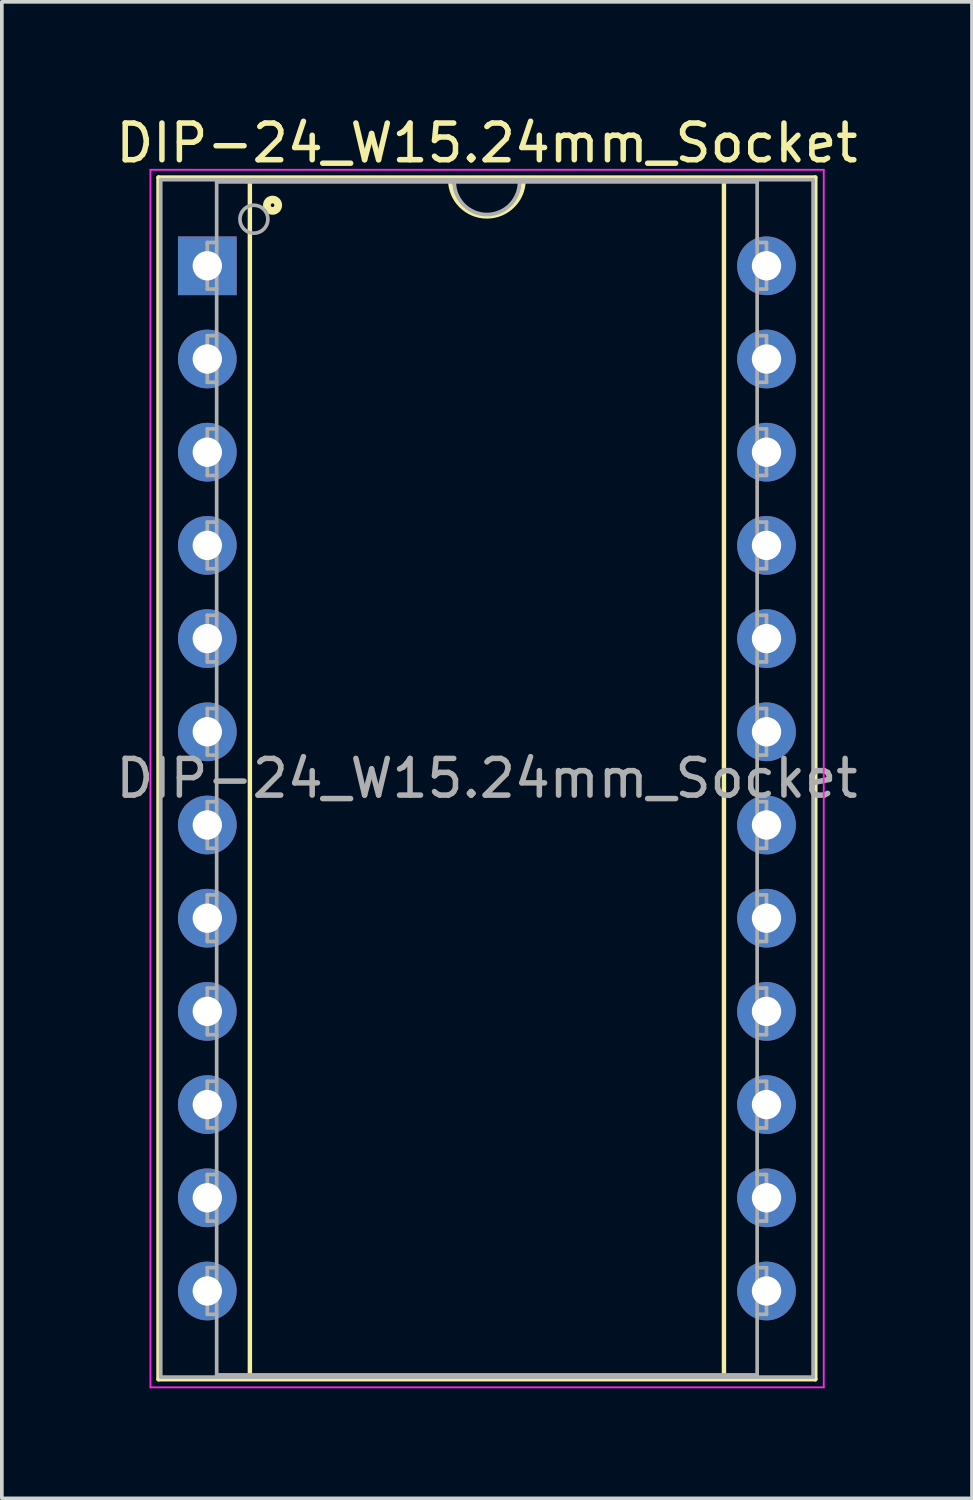
<source format=kicad_pcb>
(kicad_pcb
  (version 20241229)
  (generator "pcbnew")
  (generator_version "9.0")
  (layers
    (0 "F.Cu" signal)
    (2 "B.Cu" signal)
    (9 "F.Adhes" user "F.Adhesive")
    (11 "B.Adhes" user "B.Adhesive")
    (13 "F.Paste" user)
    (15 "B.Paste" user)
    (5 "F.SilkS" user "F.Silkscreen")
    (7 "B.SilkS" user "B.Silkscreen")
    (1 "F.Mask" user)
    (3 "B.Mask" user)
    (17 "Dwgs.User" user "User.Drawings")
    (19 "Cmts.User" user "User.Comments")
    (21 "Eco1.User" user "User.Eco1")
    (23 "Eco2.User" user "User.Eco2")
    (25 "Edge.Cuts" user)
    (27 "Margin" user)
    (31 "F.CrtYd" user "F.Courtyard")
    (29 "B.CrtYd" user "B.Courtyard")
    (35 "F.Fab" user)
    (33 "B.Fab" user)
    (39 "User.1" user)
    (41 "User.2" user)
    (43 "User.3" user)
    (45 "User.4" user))
  (footprint "DIP-24_W15.24mm_Socket"
    (layer "F.Cu")
    (at 2.6 4.194)
    (property "Reference" "DIP-24_W15.24mm_Socket" (at 7.62 -3.346 0) (layer "F.SilkS") (effects (font (size 1 1) (thickness 0.15))))
    (attr through_hole)
    (fp_line (start -1.33 -2.406) (end -1.33 30.346) (stroke (width 0.12) (type solid)) (layer "F.SilkS"))
    (fp_line (start -1.33 30.346) (end 16.57 30.346) (stroke (width 0.12) (type solid)) (layer "F.SilkS"))
    (fp_line (start 1.16 -2.346) (end 1.16 30.286) (stroke (width 0.12) (type solid)) (layer "F.SilkS"))
    (fp_line (start 1.16 30.286) (end 14.08 30.286) (stroke (width 0.12) (type solid)) (layer "F.SilkS"))
    (fp_line (start 6.62 -2.346) (end 1.16 -2.346) (stroke (width 0.12) (type solid)) (layer "F.SilkS"))
    (fp_line (start 14.08 -2.346) (end 8.62 -2.346) (stroke (width 0.12) (type solid)) (layer "F.SilkS"))
    (fp_line (start 14.08 30.286) (end 14.08 -2.346) (stroke (width 0.12) (type solid)) (layer "F.SilkS"))
    (fp_line (start 16.57 -2.406) (end -1.33 -2.406) (stroke (width 0.12) (type solid)) (layer "F.SilkS"))
    (fp_line (start 16.57 30.346) (end 16.57 -2.406) (stroke (width 0.12) (type solid)) (layer "F.SilkS"))
    (fp_arc (start 8.62 -2.346) (mid 7.62 -1.346) (end 6.62 -2.346) (stroke (width 0.12) (type solid)) (layer "F.SilkS"))
    (fp_circle (center 1.778 -1.651) (end 1.828 -1.651) (stroke (width 0.12) (type solid)) (fill no) (layer "F.SilkS"))
    (fp_circle (center 1.778 -1.651) (end 1.903 -1.651) (stroke (width 0.12) (type solid)) (fill no) (layer "F.SilkS"))
    (fp_circle (center 1.778 -1.651) (end 1.978 -1.651) (stroke (width 0.12) (type solid)) (fill no) (layer "F.SilkS"))
    (fp_line (start -1.55 -2.616) (end -1.55 30.566) (stroke (width 0.05) (type solid)) (layer "F.CrtYd"))
    (fp_line (start -1.55 30.566) (end 16.8 30.566) (stroke (width 0.05) (type solid)) (layer "F.CrtYd"))
    (fp_line (start 16.8 -2.616) (end -1.55 -2.616) (stroke (width 0.05) (type solid)) (layer "F.CrtYd"))
    (fp_line (start 16.8 30.566) (end 16.8 -2.616) (stroke (width 0.05) (type solid)) (layer "F.CrtYd"))
    (fp_line (start -1.27 -2.346) (end -1.27 30.286) (stroke (width 0.1) (type solid)) (layer "F.Fab"))
    (fp_line (start -1.27 30.286) (end 16.51 30.286) (stroke (width 0.1) (type solid)) (layer "F.Fab"))
    (fp_line (start 0 -0.635) (end 0 0.635) (stroke (width 0.1) (type solid)) (layer "F.Fab"))
    (fp_line (start 0 -0.635) (end 0.254 -0.635) (stroke (width 0.1) (type solid)) (layer "F.Fab"))
    (fp_line (start 0 0.635) (end 0.254 0.635) (stroke (width 0.1) (type solid)) (layer "F.Fab"))
    (fp_line (start 0 1.905) (end 0 3.175) (stroke (width 0.1) (type solid)) (layer "F.Fab"))
    (fp_line (start 0 1.905) (end 0.254 1.905) (stroke (width 0.1) (type solid)) (layer "F.Fab"))
    (fp_line (start 0 3.175) (end 0.254 3.175) (stroke (width 0.1) (type solid)) (layer "F.Fab"))
    (fp_line (start 0 4.445) (end 0 5.715) (stroke (width 0.1) (type solid)) (layer "F.Fab"))
    (fp_line (start 0 4.445) (end 0.254 4.445) (stroke (width 0.1) (type solid)) (layer "F.Fab"))
    (fp_line (start 0 5.715) (end 0.254 5.715) (stroke (width 0.1) (type solid)) (layer "F.Fab"))
    (fp_line (start 0 6.985) (end 0 8.255) (stroke (width 0.1) (type solid)) (layer "F.Fab"))
    (fp_line (start 0 6.985) (end 0.254 6.985) (stroke (width 0.1) (type solid)) (layer "F.Fab"))
    (fp_line (start 0 8.255) (end 0.254 8.255) (stroke (width 0.1) (type solid)) (layer "F.Fab"))
    (fp_line (start 0 9.525) (end 0 10.795) (stroke (width 0.1) (type solid)) (layer "F.Fab"))
    (fp_line (start 0 9.525) (end 0.254 9.525) (stroke (width 0.1) (type solid)) (layer "F.Fab"))
    (fp_line (start 0 10.795) (end 0.254 10.795) (stroke (width 0.1) (type solid)) (layer "F.Fab"))
    (fp_line (start 0 12.065) (end 0 13.335) (stroke (width 0.1) (type solid)) (layer "F.Fab"))
    (fp_line (start 0 12.065) (end 0.254 12.065) (stroke (width 0.1) (type solid)) (layer "F.Fab"))
    (fp_line (start 0 13.335) (end 0.254 13.335) (stroke (width 0.1) (type solid)) (layer "F.Fab"))
    (fp_line (start 0 14.605) (end 0 15.875) (stroke (width 0.1) (type solid)) (layer "F.Fab"))
    (fp_line (start 0 14.605) (end 0.254 14.605) (stroke (width 0.1) (type solid)) (layer "F.Fab"))
    (fp_line (start 0 15.875) (end 0.254 15.875) (stroke (width 0.1) (type solid)) (layer "F.Fab"))
    (fp_line (start 0 17.145) (end 0 18.415) (stroke (width 0.1) (type solid)) (layer "F.Fab"))
    (fp_line (start 0 17.145) (end 0.254 17.145) (stroke (width 0.1) (type solid)) (layer "F.Fab"))
    (fp_line (start 0 18.415) (end 0.254 18.415) (stroke (width 0.1) (type solid)) (layer "F.Fab"))
    (fp_line (start 0 19.685) (end 0 20.955) (stroke (width 0.1) (type solid)) (layer "F.Fab"))
    (fp_line (start 0 19.685) (end 0.254 19.685) (stroke (width 0.1) (type solid)) (layer "F.Fab"))
    (fp_line (start 0 20.955) (end 0.254 20.955) (stroke (width 0.1) (type solid)) (layer "F.Fab"))
    (fp_line (start 0 22.225) (end 0 23.495) (stroke (width 0.1) (type solid)) (layer "F.Fab"))
    (fp_line (start 0 22.225) (end 0.254 22.225) (stroke (width 0.1) (type solid)) (layer "F.Fab"))
    (fp_line (start 0 23.495) (end 0.254 23.495) (stroke (width 0.1) (type solid)) (layer "F.Fab"))
    (fp_line (start 0 24.765) (end 0 26.035) (stroke (width 0.1) (type solid)) (layer "F.Fab"))
    (fp_line (start 0 24.765) (end 0.254 24.765) (stroke (width 0.1) (type solid)) (layer "F.Fab"))
    (fp_line (start 0 26.035) (end 0.254 26.035) (stroke (width 0.1) (type solid)) (layer "F.Fab"))
    (fp_line (start 0 27.305) (end 0 28.575) (stroke (width 0.1) (type solid)) (layer "F.Fab"))
    (fp_line (start 0 27.305) (end 0.254 27.305) (stroke (width 0.1) (type solid)) (layer "F.Fab"))
    (fp_line (start 0 28.575) (end 0.254 28.575) (stroke (width 0.1) (type solid)) (layer "F.Fab"))
    (fp_line (start 0.255 -2.286) (end 14.985 -2.286) (stroke (width 0.1) (type solid)) (layer "F.Fab"))
    (fp_line (start 0.255 30.226) (end 0.255 -2.286) (stroke (width 0.1) (type solid)) (layer "F.Fab"))
    (fp_line (start 14.985 -2.286) (end 14.985 30.226) (stroke (width 0.1) (type solid)) (layer "F.Fab"))
    (fp_line (start 14.985 30.226) (end 0.255 30.226) (stroke (width 0.1) (type solid)) (layer "F.Fab"))
    (fp_line (start 15.24 -0.635) (end 14.986 -0.635) (stroke (width 0.1) (type solid)) (layer "F.Fab"))
    (fp_line (start 15.24 0.635) (end 14.986 0.635) (stroke (width 0.1) (type solid)) (layer "F.Fab"))
    (fp_line (start 15.24 0.635) (end 15.24 -0.635) (stroke (width 0.1) (type solid)) (layer "F.Fab"))
    (fp_line (start 15.24 1.905) (end 14.986 1.905) (stroke (width 0.1) (type solid)) (layer "F.Fab"))
    (fp_line (start 15.24 3.175) (end 14.986 3.175) (stroke (width 0.1) (type solid)) (layer "F.Fab"))
    (fp_line (start 15.24 3.175) (end 15.24 1.905) (stroke (width 0.1) (type solid)) (layer "F.Fab"))
    (fp_line (start 15.24 4.445) (end 14.986 4.445) (stroke (width 0.1) (type solid)) (layer "F.Fab"))
    (fp_line (start 15.24 5.715) (end 14.986 5.715) (stroke (width 0.1) (type solid)) (layer "F.Fab"))
    (fp_line (start 15.24 5.715) (end 15.24 4.445) (stroke (width 0.1) (type solid)) (layer "F.Fab"))
    (fp_line (start 15.24 6.985) (end 14.986 6.985) (stroke (width 0.1) (type solid)) (layer "F.Fab"))
    (fp_line (start 15.24 8.255) (end 14.986 8.255) (stroke (width 0.1) (type solid)) (layer "F.Fab"))
    (fp_line (start 15.24 8.255) (end 15.24 6.985) (stroke (width 0.1) (type solid)) (layer "F.Fab"))
    (fp_line (start 15.24 9.525) (end 14.986 9.525) (stroke (width 0.1) (type solid)) (layer "F.Fab"))
    (fp_line (start 15.24 10.795) (end 14.986 10.795) (stroke (width 0.1) (type solid)) (layer "F.Fab"))
    (fp_line (start 15.24 10.795) (end 15.24 9.525) (stroke (width 0.1) (type solid)) (layer "F.Fab"))
    (fp_line (start 15.24 12.065) (end 14.986 12.065) (stroke (width 0.1) (type solid)) (layer "F.Fab"))
    (fp_line (start 15.24 13.335) (end 14.986 13.335) (stroke (width 0.1) (type solid)) (layer "F.Fab"))
    (fp_line (start 15.24 13.335) (end 15.24 12.065) (stroke (width 0.1) (type solid)) (layer "F.Fab"))
    (fp_line (start 15.24 14.605) (end 14.986 14.605) (stroke (width 0.1) (type solid)) (layer "F.Fab"))
    (fp_line (start 15.24 15.875) (end 14.986 15.875) (stroke (width 0.1) (type solid)) (layer "F.Fab"))
    (fp_line (start 15.24 15.875) (end 15.24 14.605) (stroke (width 0.1) (type solid)) (layer "F.Fab"))
    (fp_line (start 15.24 17.145) (end 14.986 17.145) (stroke (width 0.1) (type solid)) (layer "F.Fab"))
    (fp_line (start 15.24 18.415) (end 14.986 18.415) (stroke (width 0.1) (type solid)) (layer "F.Fab"))
    (fp_line (start 15.24 18.415) (end 15.24 17.145) (stroke (width 0.1) (type solid)) (layer "F.Fab"))
    (fp_line (start 15.24 19.685) (end 14.986 19.685) (stroke (width 0.1) (type solid)) (layer "F.Fab"))
    (fp_line (start 15.24 20.955) (end 14.986 20.955) (stroke (width 0.1) (type solid)) (layer "F.Fab"))
    (fp_line (start 15.24 20.955) (end 15.24 19.685) (stroke (width 0.1) (type solid)) (layer "F.Fab"))
    (fp_line (start 15.24 22.225) (end 14.986 22.225) (stroke (width 0.1) (type solid)) (layer "F.Fab"))
    (fp_line (start 15.24 23.495) (end 14.986 23.495) (stroke (width 0.1) (type solid)) (layer "F.Fab"))
    (fp_line (start 15.24 23.495) (end 15.24 22.225) (stroke (width 0.1) (type solid)) (layer "F.Fab"))
    (fp_line (start 15.24 24.765) (end 14.986 24.765) (stroke (width 0.1) (type solid)) (layer "F.Fab"))
    (fp_line (start 15.24 26.035) (end 14.986 26.035) (stroke (width 0.1) (type solid)) (layer "F.Fab"))
    (fp_line (start 15.24 26.035) (end 15.24 24.765) (stroke (width 0.1) (type solid)) (layer "F.Fab"))
    (fp_line (start 15.24 27.305) (end 14.986 27.305) (stroke (width 0.1) (type solid)) (layer "F.Fab"))
    (fp_line (start 15.24 28.575) (end 14.986 28.575) (stroke (width 0.1) (type solid)) (layer "F.Fab"))
    (fp_line (start 15.24 28.575) (end 15.24 27.305) (stroke (width 0.1) (type solid)) (layer "F.Fab"))
    (fp_line (start 16.51 -2.346) (end -1.27 -2.346) (stroke (width 0.1) (type solid)) (layer "F.Fab"))
    (fp_line (start 16.51 30.286) (end 16.51 -2.346) (stroke (width 0.1) (type solid)) (layer "F.Fab"))
    (fp_arc (start 8.509 -2.286) (mid 7.62 -1.397) (end 6.731 -2.286) (stroke (width 0.1) (type solid)) (layer "F.Fab"))
    (fp_circle (center 1.27 -1.27) (end 1.651 -1.27) (stroke (width 0.1) (type solid)) (fill no) (layer "F.Fab"))
    (fp_text user "${REFERENCE}" (at 7.62 13.97 0) (layer "F.Fab") (effects (font (size 1 1) (thickness 0.15))))
    (pad "1" thru_hole rect (at 0 0) (size 1.6 1.6) (drill 0.8) (layers "*.Cu" "*.Mask"))
    (pad "2" thru_hole oval (at 0 2.54) (size 1.6 1.6) (drill 0.8) (layers "*.Cu" "*.Mask"))
    (pad "3" thru_hole oval (at 0 5.08) (size 1.6 1.6) (drill 0.8) (layers "*.Cu" "*.Mask"))
    (pad "4" thru_hole oval (at 0 7.62) (size 1.6 1.6) (drill 0.8) (layers "*.Cu" "*.Mask"))
    (pad "5" thru_hole oval (at 0 10.16) (size 1.6 1.6) (drill 0.8) (layers "*.Cu" "*.Mask"))
    (pad "6" thru_hole oval (at 0 12.7) (size 1.6 1.6) (drill 0.8) (layers "*.Cu" "*.Mask"))
    (pad "7" thru_hole oval (at 0 15.24) (size 1.6 1.6) (drill 0.8) (layers "*.Cu" "*.Mask"))
    (pad "8" thru_hole oval (at 0 17.78) (size 1.6 1.6) (drill 0.8) (layers "*.Cu" "*.Mask"))
    (pad "9" thru_hole oval (at 0 20.32) (size 1.6 1.6) (drill 0.8) (layers "*.Cu" "*.Mask"))
    (pad "10" thru_hole oval (at 0 22.86) (size 1.6 1.6) (drill 0.8) (layers "*.Cu" "*.Mask"))
    (pad "11" thru_hole oval (at 0 25.4) (size 1.6 1.6) (drill 0.8) (layers "*.Cu" "*.Mask"))
    (pad "12" thru_hole oval (at 0 27.94) (size 1.6 1.6) (drill 0.8) (layers "*.Cu" "*.Mask"))
    (pad "13" thru_hole oval (at 15.24 27.94) (size 1.6 1.6) (drill 0.8) (layers "*.Cu" "*.Mask"))
    (pad "14" thru_hole oval (at 15.24 25.4) (size 1.6 1.6) (drill 0.8) (layers "*.Cu" "*.Mask"))
    (pad "15" thru_hole oval (at 15.24 22.86) (size 1.6 1.6) (drill 0.8) (layers "*.Cu" "*.Mask"))
    (pad "16" thru_hole oval (at 15.24 20.32) (size 1.6 1.6) (drill 0.8) (layers "*.Cu" "*.Mask"))
    (pad "17" thru_hole oval (at 15.24 17.78) (size 1.6 1.6) (drill 0.8) (layers "*.Cu" "*.Mask"))
    (pad "18" thru_hole oval (at 15.24 15.24) (size 1.6 1.6) (drill 0.8) (layers "*.Cu" "*.Mask"))
    (pad "19" thru_hole oval (at 15.24 12.7) (size 1.6 1.6) (drill 0.8) (layers "*.Cu" "*.Mask"))
    (pad "20" thru_hole oval (at 15.24 10.16) (size 1.6 1.6) (drill 0.8) (layers "*.Cu" "*.Mask"))
    (pad "21" thru_hole oval (at 15.24 7.62) (size 1.6 1.6) (drill 0.8) (layers "*.Cu" "*.Mask"))
    (pad "22" thru_hole oval (at 15.24 5.08) (size 1.6 1.6) (drill 0.8) (layers "*.Cu" "*.Mask"))
    (pad "23" thru_hole oval (at 15.24 2.54) (size 1.6 1.6) (drill 0.8) (layers "*.Cu" "*.Mask"))
    (pad "24" thru_hole oval (at 15.24 0) (size 1.6 1.6) (drill 0.8) (layers "*.Cu" "*.Mask")))
  (gr_rect
    (start -3 -3)
    (end 23.44 37.785)
    (stroke (width 0.1) (type default))
    (fill no)
    (layer "Edge.Cuts")))
</source>
